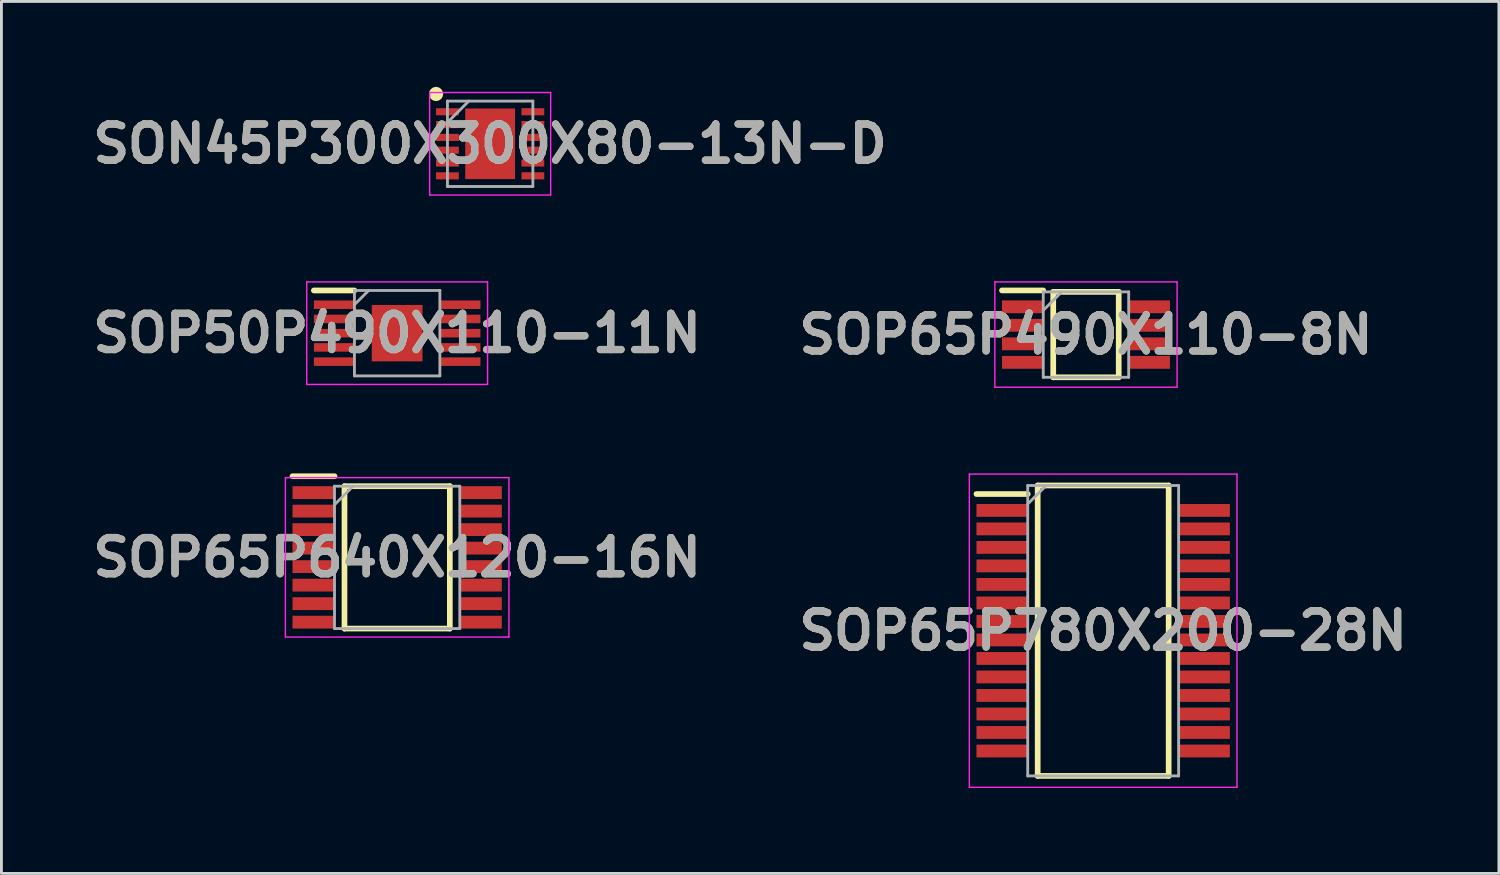
<source format=kicad_pcb>
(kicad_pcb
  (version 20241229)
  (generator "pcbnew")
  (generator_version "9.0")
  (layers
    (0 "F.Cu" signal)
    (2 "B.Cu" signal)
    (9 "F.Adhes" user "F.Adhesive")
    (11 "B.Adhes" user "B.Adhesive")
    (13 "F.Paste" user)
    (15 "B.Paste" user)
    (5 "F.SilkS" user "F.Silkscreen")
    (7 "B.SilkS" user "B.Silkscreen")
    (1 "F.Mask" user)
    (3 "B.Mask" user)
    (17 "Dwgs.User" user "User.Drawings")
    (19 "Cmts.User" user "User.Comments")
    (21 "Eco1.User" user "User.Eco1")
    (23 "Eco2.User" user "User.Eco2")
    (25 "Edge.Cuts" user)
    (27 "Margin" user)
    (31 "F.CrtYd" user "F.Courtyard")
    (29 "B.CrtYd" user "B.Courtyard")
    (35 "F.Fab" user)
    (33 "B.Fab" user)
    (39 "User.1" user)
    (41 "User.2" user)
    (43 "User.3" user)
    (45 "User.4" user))
  (footprint "SON45P300X300X80-13N-D"
    (layer "F.Cu")
    (at 14.164 2)
    (property "Reference" "SON45P300X300X80-13N-D" (at 0 0 0) (layer "F.SilkS") (effects (font (size 1.27 1.27) (thickness 0.254))))
    (attr smd)
    (fp_circle (center -1.9 -1.75) (end -1.9 -1.625) (stroke (width 0.25) (type solid)) (fill no) (layer "F.SilkS"))
    (fp_line (start -2.125 -1.8) (end 2.125 -1.8) (stroke (width 0.05) (type solid)) (layer "F.CrtYd"))
    (fp_line (start -2.125 1.8) (end -2.125 -1.8) (stroke (width 0.05) (type solid)) (layer "F.CrtYd"))
    (fp_line (start 2.125 -1.8) (end 2.125 1.8) (stroke (width 0.05) (type solid)) (layer "F.CrtYd"))
    (fp_line (start 2.125 1.8) (end -2.125 1.8) (stroke (width 0.05) (type solid)) (layer "F.CrtYd"))
    (fp_line (start -1.5 -1.5) (end 1.5 -1.5) (stroke (width 0.1) (type solid)) (layer "F.Fab"))
    (fp_line (start -1.5 -0.75) (end -0.75 -1.5) (stroke (width 0.1) (type solid)) (layer "F.Fab"))
    (fp_line (start -1.5 1.5) (end -1.5 -1.5) (stroke (width 0.1) (type solid)) (layer "F.Fab"))
    (fp_line (start 1.5 -1.5) (end 1.5 1.5) (stroke (width 0.1) (type solid)) (layer "F.Fab"))
    (fp_line (start 1.5 1.5) (end -1.5 1.5) (stroke (width 0.1) (type solid)) (layer "F.Fab"))
    (fp_text user "${REFERENCE}" (at 0 0 0) (layer "F.Fab") (effects (font (size 1.27 1.27) (thickness 0.254))))
    (pad "1" smd rect (at -1.5 -1.125 90) (size 0.25 0.8) (layers "F.Cu" "F.Mask" "F.Paste"))
    (pad "2" smd rect (at -1.5 -0.675 90) (size 0.25 0.8) (layers "F.Cu" "F.Mask" "F.Paste"))
    (pad "3" smd rect (at -1.5 -0.225 90) (size 0.25 0.8) (layers "F.Cu" "F.Mask" "F.Paste"))
    (pad "4" smd rect (at -1.5 0.225 90) (size 0.25 0.8) (layers "F.Cu" "F.Mask" "F.Paste"))
    (pad "5" smd rect (at -1.5 0.675 90) (size 0.25 0.8) (layers "F.Cu" "F.Mask" "F.Paste"))
    (pad "6" smd rect (at -1.5 1.125 90) (size 0.25 0.8) (layers "F.Cu" "F.Mask" "F.Paste"))
    (pad "7" smd rect (at 1.5 1.125 90) (size 0.25 0.8) (layers "F.Cu" "F.Mask" "F.Paste"))
    (pad "8" smd rect (at 1.5 0.675 90) (size 0.25 0.8) (layers "F.Cu" "F.Mask" "F.Paste"))
    (pad "9" smd rect (at 1.5 0.225 90) (size 0.25 0.8) (layers "F.Cu" "F.Mask" "F.Paste"))
    (pad "10" smd rect (at 1.5 -0.225 90) (size 0.25 0.8) (layers "F.Cu" "F.Mask" "F.Paste"))
    (pad "11" smd rect (at 1.5 -0.675 90) (size 0.25 0.8) (layers "F.Cu" "F.Mask" "F.Paste"))
    (pad "12" smd rect (at 1.5 -1.125 90) (size 0.25 0.8) (layers "F.Cu" "F.Mask" "F.Paste"))
    (pad "13" smd rect (at 0 0) (size 1.75 2.48) (layers "F.Cu" "F.Mask" "F.Paste")))
  (footprint "SOP65P490X110-8N"
    (layer "F.Cu")
    (at 35.089 8.7)
    (property "Reference" "SOP65P490X110-8N" (at 0 0 0) (layer "F.SilkS") (effects (font (size 1.27 1.27) (thickness 0.254))))
    (attr smd)
    (fp_line (start -2.95 -1.55) (end -1.5 -1.55) (stroke (width 0.2) (type solid)) (layer "F.SilkS"))
    (fp_line (start -1.15 -1.5) (end 1.15 -1.5) (stroke (width 0.2) (type solid)) (layer "F.SilkS"))
    (fp_line (start -1.15 1.5) (end -1.15 -1.5) (stroke (width 0.2) (type solid)) (layer "F.SilkS"))
    (fp_line (start 1.15 -1.5) (end 1.15 1.5) (stroke (width 0.2) (type solid)) (layer "F.SilkS"))
    (fp_line (start 1.15 1.5) (end -1.15 1.5) (stroke (width 0.2) (type solid)) (layer "F.SilkS"))
    (fp_line (start -3.2 -1.85) (end 3.2 -1.85) (stroke (width 0.05) (type solid)) (layer "F.CrtYd"))
    (fp_line (start -3.2 1.85) (end -3.2 -1.85) (stroke (width 0.05) (type solid)) (layer "F.CrtYd"))
    (fp_line (start 3.2 -1.85) (end 3.2 1.85) (stroke (width 0.05) (type solid)) (layer "F.CrtYd"))
    (fp_line (start 3.2 1.85) (end -3.2 1.85) (stroke (width 0.05) (type solid)) (layer "F.CrtYd"))
    (fp_line (start -1.5 -1.5) (end 1.5 -1.5) (stroke (width 0.1) (type solid)) (layer "F.Fab"))
    (fp_line (start -1.5 -0.85) (end -0.85 -1.5) (stroke (width 0.1) (type solid)) (layer "F.Fab"))
    (fp_line (start -1.5 1.5) (end -1.5 -1.5) (stroke (width 0.1) (type solid)) (layer "F.Fab"))
    (fp_line (start 1.5 -1.5) (end 1.5 1.5) (stroke (width 0.1) (type solid)) (layer "F.Fab"))
    (fp_line (start 1.5 1.5) (end -1.5 1.5) (stroke (width 0.1) (type solid)) (layer "F.Fab"))
    (fp_text user "${REFERENCE}" (at 0 0 0) (layer "F.Fab") (effects (font (size 1.27 1.27) (thickness 0.254))))
    (pad "1" smd rect (at -2.225 -0.975 90) (size 0.45 1.45) (layers "F.Cu" "F.Mask" "F.Paste"))
    (pad "2" smd rect (at -2.225 -0.325 90) (size 0.45 1.45) (layers "F.Cu" "F.Mask" "F.Paste"))
    (pad "3" smd rect (at -2.225 0.325 90) (size 0.45 1.45) (layers "F.Cu" "F.Mask" "F.Paste"))
    (pad "4" smd rect (at -2.225 0.975 90) (size 0.45 1.45) (layers "F.Cu" "F.Mask" "F.Paste"))
    (pad "5" smd rect (at 2.225 0.975 90) (size 0.45 1.45) (layers "F.Cu" "F.Mask" "F.Paste"))
    (pad "6" smd rect (at 2.225 0.325 90) (size 0.45 1.45) (layers "F.Cu" "F.Mask" "F.Paste"))
    (pad "7" smd rect (at 2.225 -0.325 90) (size 0.45 1.45) (layers "F.Cu" "F.Mask" "F.Paste"))
    (pad "8" smd rect (at 2.225 -0.975 90) (size 0.45 1.45) (layers "F.Cu" "F.Mask" "F.Paste")))
  (footprint "SOP50P490X110-11N"
    (layer "F.Cu")
    (at 10.898 8.651)
    (property "Reference" "SOP50P490X110-11N" (at 0 0 0) (layer "F.SilkS") (effects (font (size 1.27 1.27) (thickness 0.254))))
    (attr smd)
    (fp_line (start -2.925 -1.5) (end -1.5 -1.5) (stroke (width 0.2) (type solid)) (layer "F.SilkS"))
    (fp_line (start -3.175 -1.801) (end 3.175 -1.801) (stroke (width 0.05) (type solid)) (layer "F.CrtYd"))
    (fp_line (start -3.175 1.801) (end -3.175 -1.801) (stroke (width 0.05) (type solid)) (layer "F.CrtYd"))
    (fp_line (start 3.175 -1.801) (end 3.175 1.801) (stroke (width 0.05) (type solid)) (layer "F.CrtYd"))
    (fp_line (start 3.175 1.801) (end -3.175 1.801) (stroke (width 0.05) (type solid)) (layer "F.CrtYd"))
    (fp_line (start -1.5 -1.5) (end 1.5 -1.5) (stroke (width 0.1) (type solid)) (layer "F.Fab"))
    (fp_line (start -1.5 -1) (end -1 -1.5) (stroke (width 0.1) (type solid)) (layer "F.Fab"))
    (fp_line (start -1.5 1.5) (end -1.5 -1.5) (stroke (width 0.1) (type solid)) (layer "F.Fab"))
    (fp_line (start 1.5 -1.5) (end 1.5 1.5) (stroke (width 0.1) (type solid)) (layer "F.Fab"))
    (fp_line (start 1.5 1.5) (end -1.5 1.5) (stroke (width 0.1) (type solid)) (layer "F.Fab"))
    (fp_text user "${REFERENCE}" (at 0 0 0) (layer "F.Fab") (effects (font (size 1.27 1.27) (thickness 0.254))))
    (pad "1" smd rect (at -2.212 -1 90) (size 0.3 1.425) (layers "F.Cu" "F.Mask" "F.Paste"))
    (pad "2" smd rect (at -2.212 -0.5 90) (size 0.3 1.425) (layers "F.Cu" "F.Mask" "F.Paste"))
    (pad "3" smd rect (at -2.212 0 90) (size 0.3 1.425) (layers "F.Cu" "F.Mask" "F.Paste"))
    (pad "4" smd rect (at -2.212 0.5 90) (size 0.3 1.425) (layers "F.Cu" "F.Mask" "F.Paste"))
    (pad "5" smd rect (at -2.212 1 90) (size 0.3 1.425) (layers "F.Cu" "F.Mask" "F.Paste"))
    (pad "6" smd rect (at 2.212 1 90) (size 0.3 1.425) (layers "F.Cu" "F.Mask" "F.Paste"))
    (pad "7" smd rect (at 2.212 0.5 90) (size 0.3 1.425) (layers "F.Cu" "F.Mask" "F.Paste"))
    (pad "8" smd rect (at 2.212 0 90) (size 0.3 1.425) (layers "F.Cu" "F.Mask" "F.Paste"))
    (pad "9" smd rect (at 2.212 -0.5 90) (size 0.3 1.425) (layers "F.Cu" "F.Mask" "F.Paste"))
    (pad "10" smd rect (at 2.212 -1 90) (size 0.3 1.425) (layers "F.Cu" "F.Mask" "F.Paste"))
    (pad "11" smd rect (at 0 0) (size 1.782 1.982) (layers "F.Cu" "F.Mask" "F.Paste")))
  (footprint "SOP65P780X200-28N"
    (layer "F.Cu")
    (at 35.693 19.1)
    (property "Reference" "SOP65P780X200-28N" (at 0 0 0) (layer "F.SilkS") (effects (font (size 1.27 1.27) (thickness 0.254))))
    (attr smd)
    (fp_line (start -4.45 -4.8) (end -2.65 -4.8) (stroke (width 0.2) (type solid)) (layer "F.SilkS"))
    (fp_line (start -2.3 -5.1) (end 2.3 -5.1) (stroke (width 0.2) (type solid)) (layer "F.SilkS"))
    (fp_line (start -2.3 5.1) (end -2.3 -5.1) (stroke (width 0.2) (type solid)) (layer "F.SilkS"))
    (fp_line (start 2.3 -5.1) (end 2.3 5.1) (stroke (width 0.2) (type solid)) (layer "F.SilkS"))
    (fp_line (start 2.3 5.1) (end -2.3 5.1) (stroke (width 0.2) (type solid)) (layer "F.SilkS"))
    (fp_line (start -4.7 -5.5) (end 4.7 -5.5) (stroke (width 0.05) (type solid)) (layer "F.CrtYd"))
    (fp_line (start -4.7 5.5) (end -4.7 -5.5) (stroke (width 0.05) (type solid)) (layer "F.CrtYd"))
    (fp_line (start 4.7 -5.5) (end 4.7 5.5) (stroke (width 0.05) (type solid)) (layer "F.CrtYd"))
    (fp_line (start 4.7 5.5) (end -4.7 5.5) (stroke (width 0.05) (type solid)) (layer "F.CrtYd"))
    (fp_line (start -2.65 -5.1) (end 2.65 -5.1) (stroke (width 0.1) (type solid)) (layer "F.Fab"))
    (fp_line (start -2.65 -4.45) (end -2 -5.1) (stroke (width 0.1) (type solid)) (layer "F.Fab"))
    (fp_line (start -2.65 5.1) (end -2.65 -5.1) (stroke (width 0.1) (type solid)) (layer "F.Fab"))
    (fp_line (start 2.65 -5.1) (end 2.65 5.1) (stroke (width 0.1) (type solid)) (layer "F.Fab"))
    (fp_line (start 2.65 5.1) (end -2.65 5.1) (stroke (width 0.1) (type solid)) (layer "F.Fab"))
    (fp_text user "${REFERENCE}" (at 0 0 0) (layer "F.Fab") (effects (font (size 1.27 1.27) (thickness 0.254))))
    (pad "1" smd rect (at -3.55 -4.225 90) (size 0.45 1.8) (layers "F.Cu" "F.Mask" "F.Paste"))
    (pad "2" smd rect (at -3.55 -3.575 90) (size 0.45 1.8) (layers "F.Cu" "F.Mask" "F.Paste"))
    (pad "3" smd rect (at -3.55 -2.925 90) (size 0.45 1.8) (layers "F.Cu" "F.Mask" "F.Paste"))
    (pad "4" smd rect (at -3.55 -2.275 90) (size 0.45 1.8) (layers "F.Cu" "F.Mask" "F.Paste"))
    (pad "5" smd rect (at -3.55 -1.625 90) (size 0.45 1.8) (layers "F.Cu" "F.Mask" "F.Paste"))
    (pad "6" smd rect (at -3.55 -0.975 90) (size 0.45 1.8) (layers "F.Cu" "F.Mask" "F.Paste"))
    (pad "7" smd rect (at -3.55 -0.325 90) (size 0.45 1.8) (layers "F.Cu" "F.Mask" "F.Paste"))
    (pad "8" smd rect (at -3.55 0.325 90) (size 0.45 1.8) (layers "F.Cu" "F.Mask" "F.Paste"))
    (pad "9" smd rect (at -3.55 0.975 90) (size 0.45 1.8) (layers "F.Cu" "F.Mask" "F.Paste"))
    (pad "10" smd rect (at -3.55 1.625 90) (size 0.45 1.8) (layers "F.Cu" "F.Mask" "F.Paste"))
    (pad "11" smd rect (at -3.55 2.275 90) (size 0.45 1.8) (layers "F.Cu" "F.Mask" "F.Paste"))
    (pad "12" smd rect (at -3.55 2.925 90) (size 0.45 1.8) (layers "F.Cu" "F.Mask" "F.Paste"))
    (pad "13" smd rect (at -3.55 3.575 90) (size 0.45 1.8) (layers "F.Cu" "F.Mask" "F.Paste"))
    (pad "14" smd rect (at -3.55 4.225 90) (size 0.45 1.8) (layers "F.Cu" "F.Mask" "F.Paste"))
    (pad "15" smd rect (at 3.55 4.225 90) (size 0.45 1.8) (layers "F.Cu" "F.Mask" "F.Paste"))
    (pad "16" smd rect (at 3.55 3.575 90) (size 0.45 1.8) (layers "F.Cu" "F.Mask" "F.Paste"))
    (pad "17" smd rect (at 3.55 2.925 90) (size 0.45 1.8) (layers "F.Cu" "F.Mask" "F.Paste"))
    (pad "18" smd rect (at 3.55 2.275 90) (size 0.45 1.8) (layers "F.Cu" "F.Mask" "F.Paste"))
    (pad "19" smd rect (at 3.55 1.625 90) (size 0.45 1.8) (layers "F.Cu" "F.Mask" "F.Paste"))
    (pad "20" smd rect (at 3.55 0.975 90) (size 0.45 1.8) (layers "F.Cu" "F.Mask" "F.Paste"))
    (pad "21" smd rect (at 3.55 0.325 90) (size 0.45 1.8) (layers "F.Cu" "F.Mask" "F.Paste"))
    (pad "22" smd rect (at 3.55 -0.325 90) (size 0.45 1.8) (layers "F.Cu" "F.Mask" "F.Paste"))
    (pad "23" smd rect (at 3.55 -0.975 90) (size 0.45 1.8) (layers "F.Cu" "F.Mask" "F.Paste"))
    (pad "24" smd rect (at 3.55 -1.625 90) (size 0.45 1.8) (layers "F.Cu" "F.Mask" "F.Paste"))
    (pad "25" smd rect (at 3.55 -2.275 90) (size 0.45 1.8) (layers "F.Cu" "F.Mask" "F.Paste"))
    (pad "26" smd rect (at 3.55 -2.925 90) (size 0.45 1.8) (layers "F.Cu" "F.Mask" "F.Paste"))
    (pad "27" smd rect (at 3.55 -3.575 90) (size 0.45 1.8) (layers "F.Cu" "F.Mask" "F.Paste"))
    (pad "28" smd rect (at 3.55 -4.225 90) (size 0.45 1.8) (layers "F.Cu" "F.Mask" "F.Paste")))
  (footprint "SOP65P640X120-16N"
    (layer "F.Cu")
    (at 10.898 16.525)
    (property "Reference" "SOP65P640X120-16N" (at 0 0 0) (layer "F.SilkS") (effects (font (size 1.27 1.27) (thickness 0.254))))
    (attr smd)
    (fp_line (start -3.675 -2.85) (end -2.2 -2.85) (stroke (width 0.2) (type solid)) (layer "F.SilkS"))
    (fp_line (start -1.85 -2.5) (end 1.85 -2.5) (stroke (width 0.2) (type solid)) (layer "F.SilkS"))
    (fp_line (start -1.85 2.5) (end -1.85 -2.5) (stroke (width 0.2) (type solid)) (layer "F.SilkS"))
    (fp_line (start 1.85 -2.5) (end 1.85 2.5) (stroke (width 0.2) (type solid)) (layer "F.SilkS"))
    (fp_line (start 1.85 2.5) (end -1.85 2.5) (stroke (width 0.2) (type solid)) (layer "F.SilkS"))
    (fp_line (start -3.925 -2.8) (end 3.925 -2.8) (stroke (width 0.05) (type solid)) (layer "F.CrtYd"))
    (fp_line (start -3.925 2.8) (end -3.925 -2.8) (stroke (width 0.05) (type solid)) (layer "F.CrtYd"))
    (fp_line (start 3.925 -2.8) (end 3.925 2.8) (stroke (width 0.05) (type solid)) (layer "F.CrtYd"))
    (fp_line (start 3.925 2.8) (end -3.925 2.8) (stroke (width 0.05) (type solid)) (layer "F.CrtYd"))
    (fp_line (start -2.2 -2.5) (end 2.2 -2.5) (stroke (width 0.1) (type solid)) (layer "F.Fab"))
    (fp_line (start -2.2 -1.85) (end -1.55 -2.5) (stroke (width 0.1) (type solid)) (layer "F.Fab"))
    (fp_line (start -2.2 2.5) (end -2.2 -2.5) (stroke (width 0.1) (type solid)) (layer "F.Fab"))
    (fp_line (start 2.2 -2.5) (end 2.2 2.5) (stroke (width 0.1) (type solid)) (layer "F.Fab"))
    (fp_line (start 2.2 2.5) (end -2.2 2.5) (stroke (width 0.1) (type solid)) (layer "F.Fab"))
    (fp_text user "${REFERENCE}" (at 0 0 0) (layer "F.Fab") (effects (font (size 1.27 1.27) (thickness 0.254))))
    (pad "1" smd rect (at -2.938 -2.275 90) (size 0.45 1.475) (layers "F.Cu" "F.Mask" "F.Paste"))
    (pad "2" smd rect (at -2.938 -1.625 90) (size 0.45 1.475) (layers "F.Cu" "F.Mask" "F.Paste"))
    (pad "3" smd rect (at -2.938 -0.975 90) (size 0.45 1.475) (layers "F.Cu" "F.Mask" "F.Paste"))
    (pad "4" smd rect (at -2.938 -0.325 90) (size 0.45 1.475) (layers "F.Cu" "F.Mask" "F.Paste"))
    (pad "5" smd rect (at -2.938 0.325 90) (size 0.45 1.475) (layers "F.Cu" "F.Mask" "F.Paste"))
    (pad "6" smd rect (at -2.938 0.975 90) (size 0.45 1.475) (layers "F.Cu" "F.Mask" "F.Paste"))
    (pad "7" smd rect (at -2.938 1.625 90) (size 0.45 1.475) (layers "F.Cu" "F.Mask" "F.Paste"))
    (pad "8" smd rect (at -2.938 2.275 90) (size 0.45 1.475) (layers "F.Cu" "F.Mask" "F.Paste"))
    (pad "9" smd rect (at 2.938 2.275 90) (size 0.45 1.475) (layers "F.Cu" "F.Mask" "F.Paste"))
    (pad "10" smd rect (at 2.938 1.625 90) (size 0.45 1.475) (layers "F.Cu" "F.Mask" "F.Paste"))
    (pad "11" smd rect (at 2.938 0.975 90) (size 0.45 1.475) (layers "F.Cu" "F.Mask" "F.Paste"))
    (pad "12" smd rect (at 2.938 0.325 90) (size 0.45 1.475) (layers "F.Cu" "F.Mask" "F.Paste"))
    (pad "13" smd rect (at 2.938 -0.325 90) (size 0.45 1.475) (layers "F.Cu" "F.Mask" "F.Paste"))
    (pad "14" smd rect (at 2.938 -0.975 90) (size 0.45 1.475) (layers "F.Cu" "F.Mask" "F.Paste"))
    (pad "15" smd rect (at 2.938 -1.625 90) (size 0.45 1.475) (layers "F.Cu" "F.Mask" "F.Paste"))
    (pad "16" smd rect (at 2.938 -2.275 90) (size 0.45 1.475) (layers "F.Cu" "F.Mask" "F.Paste")))
  (gr_rect
    (start -3 -3)
    (end 49.591 27.625)
    (stroke (width 0.1) (type default))
    (fill no)
    (layer "Edge.Cuts")))
</source>
